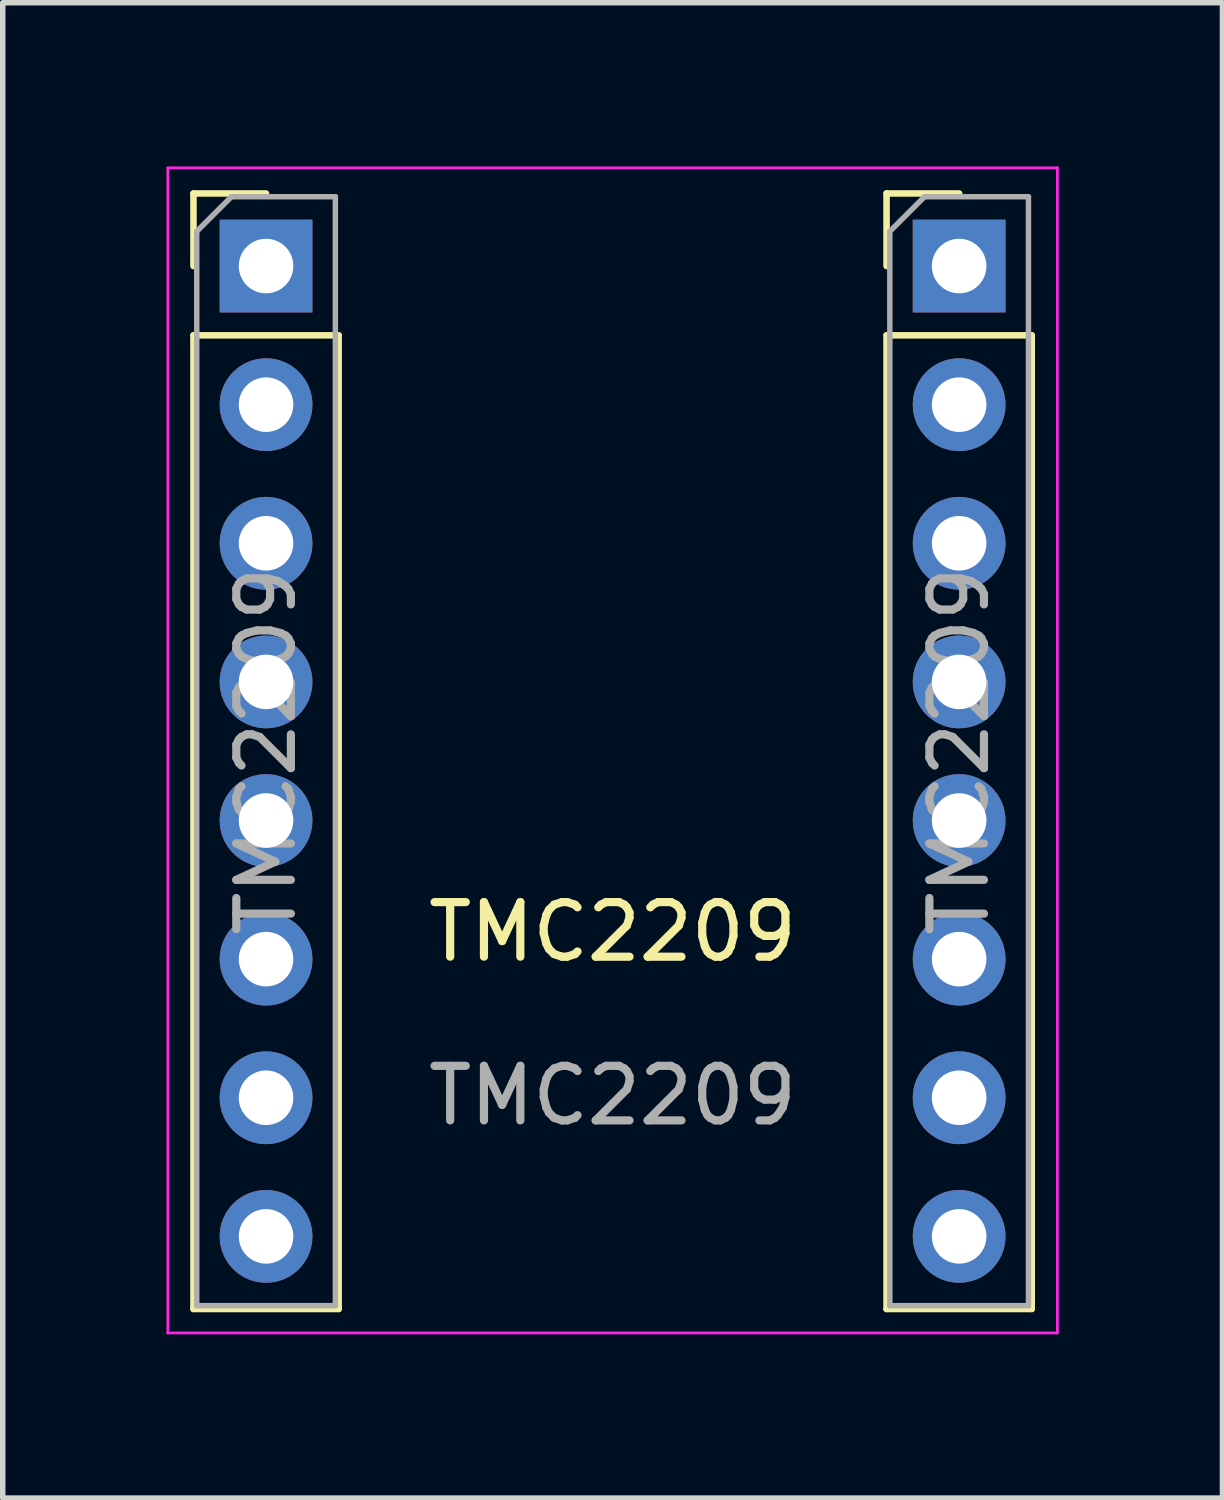
<source format=kicad_pcb>
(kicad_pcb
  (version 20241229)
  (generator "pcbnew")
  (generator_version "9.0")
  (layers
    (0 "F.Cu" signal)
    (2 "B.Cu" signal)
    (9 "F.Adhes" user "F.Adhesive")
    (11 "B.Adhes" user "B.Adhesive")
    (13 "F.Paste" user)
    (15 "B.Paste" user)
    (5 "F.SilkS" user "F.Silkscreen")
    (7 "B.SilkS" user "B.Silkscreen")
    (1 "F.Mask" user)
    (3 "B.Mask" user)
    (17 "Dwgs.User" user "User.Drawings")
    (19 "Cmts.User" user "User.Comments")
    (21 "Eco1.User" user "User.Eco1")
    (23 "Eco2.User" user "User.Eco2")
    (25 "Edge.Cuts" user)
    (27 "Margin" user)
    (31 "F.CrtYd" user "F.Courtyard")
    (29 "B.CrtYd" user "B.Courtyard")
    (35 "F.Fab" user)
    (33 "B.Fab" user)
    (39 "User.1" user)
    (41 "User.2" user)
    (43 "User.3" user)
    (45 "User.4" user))
  (footprint "TMC2209"
    (layer "F.Cu")
    (at 8.175 14.525)
    (property "Reference" "TMC2209" (at 0 -0.5 0) (unlocked yes) (layer "F.SilkS") (effects (font (size 1 1) (thickness 0.15))))
    (attr through_hole)
    (fp_line (start -7.68 -14.03) (end -6.35 -14.03) (stroke (width 0.12) (type solid)) (layer "F.SilkS"))
    (fp_line (start -7.68 -12.7) (end -7.68 -14.03) (stroke (width 0.12) (type solid)) (layer "F.SilkS"))
    (fp_line (start -7.68 -11.43) (end -7.68 6.41) (stroke (width 0.12) (type solid)) (layer "F.SilkS"))
    (fp_line (start -7.68 -11.43) (end -5.02 -11.43) (stroke (width 0.12) (type solid)) (layer "F.SilkS"))
    (fp_line (start -7.68 6.41) (end -5.02 6.41) (stroke (width 0.12) (type solid)) (layer "F.SilkS"))
    (fp_line (start -5.02 -11.43) (end -5.02 6.41) (stroke (width 0.12) (type solid)) (layer "F.SilkS"))
    (fp_line (start 5.02 -14.03) (end 6.35 -14.03) (stroke (width 0.12) (type solid)) (layer "F.SilkS"))
    (fp_line (start 5.02 -12.7) (end 5.02 -14.03) (stroke (width 0.12) (type solid)) (layer "F.SilkS"))
    (fp_line (start 5.02 -11.43) (end 5.02 6.41) (stroke (width 0.12) (type solid)) (layer "F.SilkS"))
    (fp_line (start 5.02 -11.43) (end 7.68 -11.43) (stroke (width 0.12) (type solid)) (layer "F.SilkS"))
    (fp_line (start 5.02 6.41) (end 7.68 6.41) (stroke (width 0.12) (type solid)) (layer "F.SilkS"))
    (fp_line (start 7.68 -11.43) (end 7.68 6.41) (stroke (width 0.12) (type solid)) (layer "F.SilkS"))
    (fp_line (start -8.15 -14.5) (end -8.15 6.85) (stroke (width 0.05) (type solid)) (layer "F.CrtYd"))
    (fp_line (start -8.15 6.85) (end 8.15 6.85) (stroke (width 0.05) (type solid)) (layer "F.CrtYd"))
    (fp_line (start 8.15 -14.5) (end -8.15 -14.5) (stroke (width 0.05) (type solid)) (layer "F.CrtYd"))
    (fp_line (start 8.15 6.85) (end 8.15 -14.5) (stroke (width 0.05) (type solid)) (layer "F.CrtYd"))
    (fp_line (start -7.62 -13.335) (end -6.985 -13.97) (stroke (width 0.1) (type solid)) (layer "F.Fab"))
    (fp_line (start -7.62 6.35) (end -7.62 -13.335) (stroke (width 0.1) (type solid)) (layer "F.Fab"))
    (fp_line (start -6.985 -13.97) (end -5.08 -13.97) (stroke (width 0.1) (type solid)) (layer "F.Fab"))
    (fp_line (start -5.08 -13.97) (end -5.08 6.35) (stroke (width 0.1) (type solid)) (layer "F.Fab"))
    (fp_line (start -5.08 6.35) (end -7.62 6.35) (stroke (width 0.1) (type solid)) (layer "F.Fab"))
    (fp_line (start 5.08 -13.335) (end 5.715 -13.97) (stroke (width 0.1) (type solid)) (layer "F.Fab"))
    (fp_line (start 5.08 6.35) (end 5.08 -13.335) (stroke (width 0.1) (type solid)) (layer "F.Fab"))
    (fp_line (start 5.715 -13.97) (end 7.62 -13.97) (stroke (width 0.1) (type solid)) (layer "F.Fab"))
    (fp_line (start 7.62 -13.97) (end 7.62 6.35) (stroke (width 0.1) (type solid)) (layer "F.Fab"))
    (fp_line (start 7.62 6.35) (end 5.08 6.35) (stroke (width 0.1) (type solid)) (layer "F.Fab"))
    (fp_text user "${REFERENCE}" (at 6.35 -3.81 90) (layer "F.Fab") (effects (font (size 1 1) (thickness 0.15))))
    (fp_text user "${REFERENCE}" (at 0 2.5 0) (unlocked yes) (layer "F.Fab") (effects (font (size 1 1) (thickness 0.15))))
    (fp_text user "${REFERENCE}" (at -6.35 -3.81 90) (layer "F.Fab") (effects (font (size 1 1) (thickness 0.15))))
    (pad "1" thru_hole rect (at -6.35 -12.7) (size 1.7 1.7) (drill 1) (layers "*.Cu" "*.Mask"))
    (pad "2" thru_hole oval (at -6.35 -10.16) (size 1.7 1.7) (drill 1) (layers "*.Cu" "*.Mask"))
    (pad "3" thru_hole oval (at -6.35 -7.62) (size 1.7 1.7) (drill 1) (layers "*.Cu" "*.Mask"))
    (pad "4" thru_hole oval (at -6.35 -5.08) (size 1.7 1.7) (drill 1) (layers "*.Cu" "*.Mask"))
    (pad "5" thru_hole oval (at -6.35 -2.54) (size 1.7 1.7) (drill 1) (layers "*.Cu" "*.Mask"))
    (pad "6" thru_hole oval (at -6.35 0) (size 1.7 1.7) (drill 1) (layers "*.Cu" "*.Mask"))
    (pad "7" thru_hole oval (at -6.35 2.54) (size 1.7 1.7) (drill 1) (layers "*.Cu" "*.Mask"))
    (pad "8" thru_hole oval (at -6.35 5.08) (size 1.7 1.7) (drill 1) (layers "*.Cu" "*.Mask"))
    (pad "9" thru_hole oval (at 6.35 5.08) (size 1.7 1.7) (drill 1) (layers "*.Cu" "*.Mask"))
    (pad "10" thru_hole oval (at 6.35 2.54) (size 1.7 1.7) (drill 1) (layers "*.Cu" "*.Mask"))
    (pad "11" thru_hole oval (at 6.35 0) (size 1.7 1.7) (drill 1) (layers "*.Cu" "*.Mask"))
    (pad "12" thru_hole oval (at 6.35 -2.54) (size 1.7 1.7) (drill 1) (layers "*.Cu" "*.Mask"))
    (pad "13" thru_hole oval (at 6.35 -5.08) (size 1.7 1.7) (drill 1) (layers "*.Cu" "*.Mask"))
    (pad "14" thru_hole oval (at 6.35 -7.62) (size 1.7 1.7) (drill 1) (layers "*.Cu" "*.Mask"))
    (pad "15" thru_hole oval (at 6.35 -10.16) (size 1.7 1.7) (drill 1) (layers "*.Cu" "*.Mask"))
    (pad "16" thru_hole rect (at 6.35 -12.7) (size 1.7 1.7) (drill 1) (layers "*.Cu" "*.Mask")))
  (gr_rect
    (start -3 -3)
    (end 19.35 24.4)
    (stroke (width 0.1) (type default))
    (fill no)
    (layer "Edge.Cuts")))
</source>
